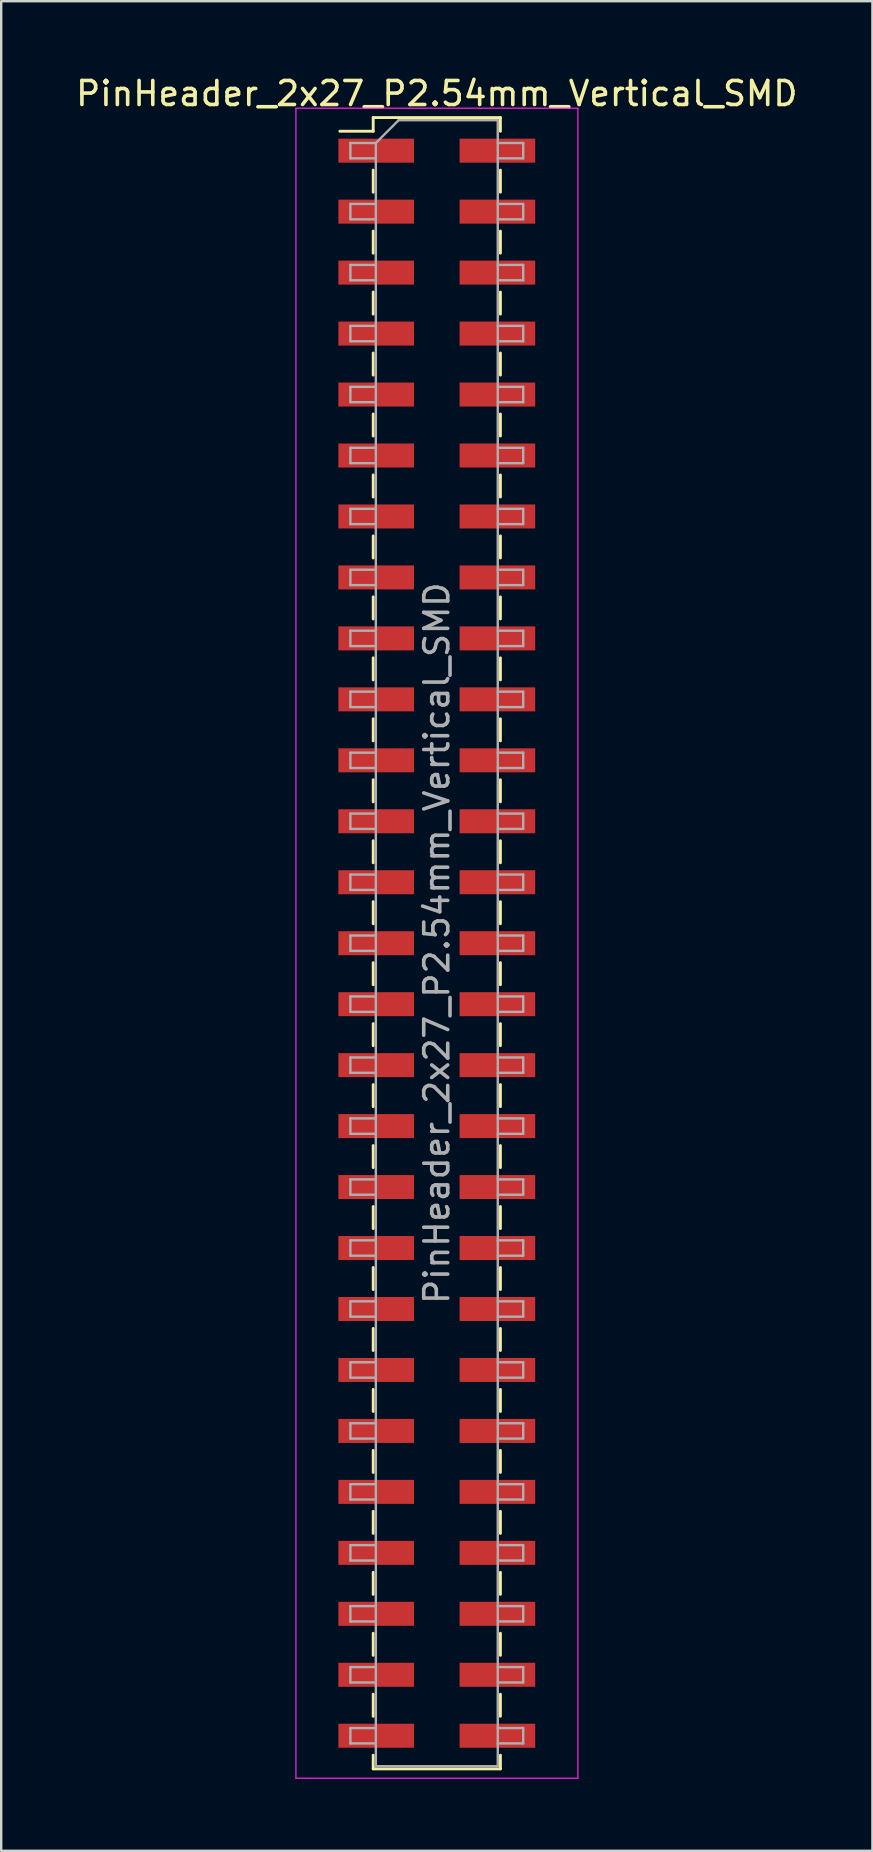
<source format=kicad_pcb>
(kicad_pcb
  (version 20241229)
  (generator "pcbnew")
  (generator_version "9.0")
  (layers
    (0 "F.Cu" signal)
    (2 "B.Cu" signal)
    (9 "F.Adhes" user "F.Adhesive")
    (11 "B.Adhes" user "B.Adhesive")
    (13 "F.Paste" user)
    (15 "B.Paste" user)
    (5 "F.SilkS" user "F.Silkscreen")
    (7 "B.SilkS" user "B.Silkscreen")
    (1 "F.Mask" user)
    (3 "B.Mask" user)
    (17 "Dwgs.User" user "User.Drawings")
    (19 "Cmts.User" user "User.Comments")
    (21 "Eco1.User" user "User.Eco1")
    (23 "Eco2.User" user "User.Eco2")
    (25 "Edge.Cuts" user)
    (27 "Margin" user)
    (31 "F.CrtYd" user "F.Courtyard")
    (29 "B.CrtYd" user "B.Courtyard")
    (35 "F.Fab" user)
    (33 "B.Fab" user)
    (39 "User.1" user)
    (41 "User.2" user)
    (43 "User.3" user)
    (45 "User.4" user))
  (footprint "PinHeader_2x27_P2.54mm_Vertical_SMD"
    (layer "F.Cu")
    (at 15.149 36.248)
    (property "Reference" "PinHeader_2x27_P2.54mm_Vertical_SMD" (at 0 -35.4 0) (layer "F.SilkS") (effects (font (size 1 1) (thickness 0.15))))
    (attr smd)
    (fp_line (start -4.04 -33.83) (end -2.65 -33.83) (stroke (width 0.12) (type solid)) (layer "F.SilkS"))
    (fp_line (start -2.65 -34.4) (end -2.65 -33.83) (stroke (width 0.12) (type solid)) (layer "F.SilkS"))
    (fp_line (start -2.65 -34.4) (end 2.65 -34.4) (stroke (width 0.12) (type solid)) (layer "F.SilkS"))
    (fp_line (start -2.65 -32.21) (end -2.65 -31.29) (stroke (width 0.12) (type solid)) (layer "F.SilkS"))
    (fp_line (start -2.65 -29.67) (end -2.65 -28.75) (stroke (width 0.12) (type solid)) (layer "F.SilkS"))
    (fp_line (start -2.65 -27.13) (end -2.65 -26.21) (stroke (width 0.12) (type solid)) (layer "F.SilkS"))
    (fp_line (start -2.65 -24.59) (end -2.65 -23.67) (stroke (width 0.12) (type solid)) (layer "F.SilkS"))
    (fp_line (start -2.65 -22.05) (end -2.65 -21.13) (stroke (width 0.12) (type solid)) (layer "F.SilkS"))
    (fp_line (start -2.65 -19.51) (end -2.65 -18.59) (stroke (width 0.12) (type solid)) (layer "F.SilkS"))
    (fp_line (start -2.65 -16.97) (end -2.65 -16.05) (stroke (width 0.12) (type solid)) (layer "F.SilkS"))
    (fp_line (start -2.65 -14.43) (end -2.65 -13.51) (stroke (width 0.12) (type solid)) (layer "F.SilkS"))
    (fp_line (start -2.65 -11.89) (end -2.65 -10.97) (stroke (width 0.12) (type solid)) (layer "F.SilkS"))
    (fp_line (start -2.65 -9.35) (end -2.65 -8.43) (stroke (width 0.12) (type solid)) (layer "F.SilkS"))
    (fp_line (start -2.65 -6.81) (end -2.65 -5.89) (stroke (width 0.12) (type solid)) (layer "F.SilkS"))
    (fp_line (start -2.65 -4.27) (end -2.65 -3.35) (stroke (width 0.12) (type solid)) (layer "F.SilkS"))
    (fp_line (start -2.65 -1.73) (end -2.65 -0.81) (stroke (width 0.12) (type solid)) (layer "F.SilkS"))
    (fp_line (start -2.65 0.81) (end -2.65 1.73) (stroke (width 0.12) (type solid)) (layer "F.SilkS"))
    (fp_line (start -2.65 3.35) (end -2.65 4.27) (stroke (width 0.12) (type solid)) (layer "F.SilkS"))
    (fp_line (start -2.65 5.89) (end -2.65 6.81) (stroke (width 0.12) (type solid)) (layer "F.SilkS"))
    (fp_line (start -2.65 8.43) (end -2.65 9.35) (stroke (width 0.12) (type solid)) (layer "F.SilkS"))
    (fp_line (start -2.65 10.97) (end -2.65 11.89) (stroke (width 0.12) (type solid)) (layer "F.SilkS"))
    (fp_line (start -2.65 13.51) (end -2.65 14.43) (stroke (width 0.12) (type solid)) (layer "F.SilkS"))
    (fp_line (start -2.65 16.05) (end -2.65 16.97) (stroke (width 0.12) (type solid)) (layer "F.SilkS"))
    (fp_line (start -2.65 18.59) (end -2.65 19.51) (stroke (width 0.12) (type solid)) (layer "F.SilkS"))
    (fp_line (start -2.65 21.13) (end -2.65 22.05) (stroke (width 0.12) (type solid)) (layer "F.SilkS"))
    (fp_line (start -2.65 23.67) (end -2.65 24.59) (stroke (width 0.12) (type solid)) (layer "F.SilkS"))
    (fp_line (start -2.65 26.21) (end -2.65 27.13) (stroke (width 0.12) (type solid)) (layer "F.SilkS"))
    (fp_line (start -2.65 28.75) (end -2.65 29.67) (stroke (width 0.12) (type solid)) (layer "F.SilkS"))
    (fp_line (start -2.65 31.29) (end -2.65 32.21) (stroke (width 0.12) (type solid)) (layer "F.SilkS"))
    (fp_line (start -2.65 33.83) (end -2.65 34.4) (stroke (width 0.12) (type solid)) (layer "F.SilkS"))
    (fp_line (start -2.65 34.4) (end 2.65 34.4) (stroke (width 0.12) (type solid)) (layer "F.SilkS"))
    (fp_line (start 2.65 -34.4) (end 2.65 -33.83) (stroke (width 0.12) (type solid)) (layer "F.SilkS"))
    (fp_line (start 2.65 -32.21) (end 2.65 -31.29) (stroke (width 0.12) (type solid)) (layer "F.SilkS"))
    (fp_line (start 2.65 -29.67) (end 2.65 -28.75) (stroke (width 0.12) (type solid)) (layer "F.SilkS"))
    (fp_line (start 2.65 -27.13) (end 2.65 -26.21) (stroke (width 0.12) (type solid)) (layer "F.SilkS"))
    (fp_line (start 2.65 -24.59) (end 2.65 -23.67) (stroke (width 0.12) (type solid)) (layer "F.SilkS"))
    (fp_line (start 2.65 -22.05) (end 2.65 -21.13) (stroke (width 0.12) (type solid)) (layer "F.SilkS"))
    (fp_line (start 2.65 -19.51) (end 2.65 -18.59) (stroke (width 0.12) (type solid)) (layer "F.SilkS"))
    (fp_line (start 2.65 -16.97) (end 2.65 -16.05) (stroke (width 0.12) (type solid)) (layer "F.SilkS"))
    (fp_line (start 2.65 -14.43) (end 2.65 -13.51) (stroke (width 0.12) (type solid)) (layer "F.SilkS"))
    (fp_line (start 2.65 -11.89) (end 2.65 -10.97) (stroke (width 0.12) (type solid)) (layer "F.SilkS"))
    (fp_line (start 2.65 -9.35) (end 2.65 -8.43) (stroke (width 0.12) (type solid)) (layer "F.SilkS"))
    (fp_line (start 2.65 -6.81) (end 2.65 -5.89) (stroke (width 0.12) (type solid)) (layer "F.SilkS"))
    (fp_line (start 2.65 -4.27) (end 2.65 -3.35) (stroke (width 0.12) (type solid)) (layer "F.SilkS"))
    (fp_line (start 2.65 -1.73) (end 2.65 -0.81) (stroke (width 0.12) (type solid)) (layer "F.SilkS"))
    (fp_line (start 2.65 0.81) (end 2.65 1.73) (stroke (width 0.12) (type solid)) (layer "F.SilkS"))
    (fp_line (start 2.65 3.35) (end 2.65 4.27) (stroke (width 0.12) (type solid)) (layer "F.SilkS"))
    (fp_line (start 2.65 5.89) (end 2.65 6.81) (stroke (width 0.12) (type solid)) (layer "F.SilkS"))
    (fp_line (start 2.65 8.43) (end 2.65 9.35) (stroke (width 0.12) (type solid)) (layer "F.SilkS"))
    (fp_line (start 2.65 10.97) (end 2.65 11.89) (stroke (width 0.12) (type solid)) (layer "F.SilkS"))
    (fp_line (start 2.65 13.51) (end 2.65 14.43) (stroke (width 0.12) (type solid)) (layer "F.SilkS"))
    (fp_line (start 2.65 16.05) (end 2.65 16.97) (stroke (width 0.12) (type solid)) (layer "F.SilkS"))
    (fp_line (start 2.65 18.59) (end 2.65 19.51) (stroke (width 0.12) (type solid)) (layer "F.SilkS"))
    (fp_line (start 2.65 21.13) (end 2.65 22.05) (stroke (width 0.12) (type solid)) (layer "F.SilkS"))
    (fp_line (start 2.65 23.67) (end 2.65 24.59) (stroke (width 0.12) (type solid)) (layer "F.SilkS"))
    (fp_line (start 2.65 26.21) (end 2.65 27.13) (stroke (width 0.12) (type solid)) (layer "F.SilkS"))
    (fp_line (start 2.65 28.75) (end 2.65 29.67) (stroke (width 0.12) (type solid)) (layer "F.SilkS"))
    (fp_line (start 2.65 31.29) (end 2.65 32.21) (stroke (width 0.12) (type solid)) (layer "F.SilkS"))
    (fp_line (start 2.65 33.83) (end 2.65 34.4) (stroke (width 0.12) (type solid)) (layer "F.SilkS"))
    (fp_line (start -5.87 -34.79) (end -5.87 34.79) (stroke (width 0.05) (type solid)) (layer "F.CrtYd"))
    (fp_line (start -5.87 34.79) (end 5.88 34.79) (stroke (width 0.05) (type solid)) (layer "F.CrtYd"))
    (fp_line (start 5.88 -34.79) (end -5.87 -34.79) (stroke (width 0.05) (type solid)) (layer "F.CrtYd"))
    (fp_line (start 5.88 34.79) (end 5.88 -34.79) (stroke (width 0.05) (type solid)) (layer "F.CrtYd"))
    (fp_line (start -3.6 -33.34) (end -3.6 -32.7) (stroke (width 0.1) (type solid)) (layer "F.Fab"))
    (fp_line (start -3.6 -32.7) (end -2.54 -32.7) (stroke (width 0.1) (type solid)) (layer "F.Fab"))
    (fp_line (start -3.6 -30.8) (end -3.6 -30.16) (stroke (width 0.1) (type solid)) (layer "F.Fab"))
    (fp_line (start -3.6 -30.16) (end -2.54 -30.16) (stroke (width 0.1) (type solid)) (layer "F.Fab"))
    (fp_line (start -3.6 -28.26) (end -3.6 -27.62) (stroke (width 0.1) (type solid)) (layer "F.Fab"))
    (fp_line (start -3.6 -27.62) (end -2.54 -27.62) (stroke (width 0.1) (type solid)) (layer "F.Fab"))
    (fp_line (start -3.6 -25.72) (end -3.6 -25.08) (stroke (width 0.1) (type solid)) (layer "F.Fab"))
    (fp_line (start -3.6 -25.08) (end -2.54 -25.08) (stroke (width 0.1) (type solid)) (layer "F.Fab"))
    (fp_line (start -3.6 -23.18) (end -3.6 -22.54) (stroke (width 0.1) (type solid)) (layer "F.Fab"))
    (fp_line (start -3.6 -22.54) (end -2.54 -22.54) (stroke (width 0.1) (type solid)) (layer "F.Fab"))
    (fp_line (start -3.6 -20.64) (end -3.6 -20) (stroke (width 0.1) (type solid)) (layer "F.Fab"))
    (fp_line (start -3.6 -20) (end -2.54 -20) (stroke (width 0.1) (type solid)) (layer "F.Fab"))
    (fp_line (start -3.6 -18.1) (end -3.6 -17.46) (stroke (width 0.1) (type solid)) (layer "F.Fab"))
    (fp_line (start -3.6 -17.46) (end -2.54 -17.46) (stroke (width 0.1) (type solid)) (layer "F.Fab"))
    (fp_line (start -3.6 -15.56) (end -3.6 -14.92) (stroke (width 0.1) (type solid)) (layer "F.Fab"))
    (fp_line (start -3.6 -14.92) (end -2.54 -14.92) (stroke (width 0.1) (type solid)) (layer "F.Fab"))
    (fp_line (start -3.6 -13.02) (end -3.6 -12.38) (stroke (width 0.1) (type solid)) (layer "F.Fab"))
    (fp_line (start -3.6 -12.38) (end -2.54 -12.38) (stroke (width 0.1) (type solid)) (layer "F.Fab"))
    (fp_line (start -3.6 -10.48) (end -3.6 -9.84) (stroke (width 0.1) (type solid)) (layer "F.Fab"))
    (fp_line (start -3.6 -9.84) (end -2.54 -9.84) (stroke (width 0.1) (type solid)) (layer "F.Fab"))
    (fp_line (start -3.6 -7.94) (end -3.6 -7.3) (stroke (width 0.1) (type solid)) (layer "F.Fab"))
    (fp_line (start -3.6 -7.3) (end -2.54 -7.3) (stroke (width 0.1) (type solid)) (layer "F.Fab"))
    (fp_line (start -3.6 -5.4) (end -3.6 -4.76) (stroke (width 0.1) (type solid)) (layer "F.Fab"))
    (fp_line (start -3.6 -4.76) (end -2.54 -4.76) (stroke (width 0.1) (type solid)) (layer "F.Fab"))
    (fp_line (start -3.6 -2.86) (end -3.6 -2.22) (stroke (width 0.1) (type solid)) (layer "F.Fab"))
    (fp_line (start -3.6 -2.22) (end -2.54 -2.22) (stroke (width 0.1) (type solid)) (layer "F.Fab"))
    (fp_line (start -3.6 -0.32) (end -3.6 0.32) (stroke (width 0.1) (type solid)) (layer "F.Fab"))
    (fp_line (start -3.6 0.32) (end -2.54 0.32) (stroke (width 0.1) (type solid)) (layer "F.Fab"))
    (fp_line (start -3.6 2.22) (end -3.6 2.86) (stroke (width 0.1) (type solid)) (layer "F.Fab"))
    (fp_line (start -3.6 2.86) (end -2.54 2.86) (stroke (width 0.1) (type solid)) (layer "F.Fab"))
    (fp_line (start -3.6 4.76) (end -3.6 5.4) (stroke (width 0.1) (type solid)) (layer "F.Fab"))
    (fp_line (start -3.6 5.4) (end -2.54 5.4) (stroke (width 0.1) (type solid)) (layer "F.Fab"))
    (fp_line (start -3.6 7.3) (end -3.6 7.94) (stroke (width 0.1) (type solid)) (layer "F.Fab"))
    (fp_line (start -3.6 7.94) (end -2.54 7.94) (stroke (width 0.1) (type solid)) (layer "F.Fab"))
    (fp_line (start -3.6 9.84) (end -3.6 10.48) (stroke (width 0.1) (type solid)) (layer "F.Fab"))
    (fp_line (start -3.6 10.48) (end -2.54 10.48) (stroke (width 0.1) (type solid)) (layer "F.Fab"))
    (fp_line (start -3.6 12.38) (end -3.6 13.02) (stroke (width 0.1) (type solid)) (layer "F.Fab"))
    (fp_line (start -3.6 13.02) (end -2.54 13.02) (stroke (width 0.1) (type solid)) (layer "F.Fab"))
    (fp_line (start -3.6 14.92) (end -3.6 15.56) (stroke (width 0.1) (type solid)) (layer "F.Fab"))
    (fp_line (start -3.6 15.56) (end -2.54 15.56) (stroke (width 0.1) (type solid)) (layer "F.Fab"))
    (fp_line (start -3.6 17.46) (end -3.6 18.1) (stroke (width 0.1) (type solid)) (layer "F.Fab"))
    (fp_line (start -3.6 18.1) (end -2.54 18.1) (stroke (width 0.1) (type solid)) (layer "F.Fab"))
    (fp_line (start -3.6 20) (end -3.6 20.64) (stroke (width 0.1) (type solid)) (layer "F.Fab"))
    (fp_line (start -3.6 20.64) (end -2.54 20.64) (stroke (width 0.1) (type solid)) (layer "F.Fab"))
    (fp_line (start -3.6 22.54) (end -3.6 23.18) (stroke (width 0.1) (type solid)) (layer "F.Fab"))
    (fp_line (start -3.6 23.18) (end -2.54 23.18) (stroke (width 0.1) (type solid)) (layer "F.Fab"))
    (fp_line (start -3.6 25.08) (end -3.6 25.72) (stroke (width 0.1) (type solid)) (layer "F.Fab"))
    (fp_line (start -3.6 25.72) (end -2.54 25.72) (stroke (width 0.1) (type solid)) (layer "F.Fab"))
    (fp_line (start -3.6 27.62) (end -3.6 28.26) (stroke (width 0.1) (type solid)) (layer "F.Fab"))
    (fp_line (start -3.6 28.26) (end -2.54 28.26) (stroke (width 0.1) (type solid)) (layer "F.Fab"))
    (fp_line (start -3.6 30.16) (end -3.6 30.8) (stroke (width 0.1) (type solid)) (layer "F.Fab"))
    (fp_line (start -3.6 30.8) (end -2.54 30.8) (stroke (width 0.1) (type solid)) (layer "F.Fab"))
    (fp_line (start -3.6 32.7) (end -3.6 33.34) (stroke (width 0.1) (type solid)) (layer "F.Fab"))
    (fp_line (start -3.6 33.34) (end -2.54 33.34) (stroke (width 0.1) (type solid)) (layer "F.Fab"))
    (fp_line (start -2.54 -33.34) (end -3.6 -33.34) (stroke (width 0.1) (type solid)) (layer "F.Fab"))
    (fp_line (start -2.54 -33.34) (end -1.59 -34.29) (stroke (width 0.1) (type solid)) (layer "F.Fab"))
    (fp_line (start -2.54 -30.8) (end -3.6 -30.8) (stroke (width 0.1) (type solid)) (layer "F.Fab"))
    (fp_line (start -2.54 -28.26) (end -3.6 -28.26) (stroke (width 0.1) (type solid)) (layer "F.Fab"))
    (fp_line (start -2.54 -25.72) (end -3.6 -25.72) (stroke (width 0.1) (type solid)) (layer "F.Fab"))
    (fp_line (start -2.54 -23.18) (end -3.6 -23.18) (stroke (width 0.1) (type solid)) (layer "F.Fab"))
    (fp_line (start -2.54 -20.64) (end -3.6 -20.64) (stroke (width 0.1) (type solid)) (layer "F.Fab"))
    (fp_line (start -2.54 -18.1) (end -3.6 -18.1) (stroke (width 0.1) (type solid)) (layer "F.Fab"))
    (fp_line (start -2.54 -15.56) (end -3.6 -15.56) (stroke (width 0.1) (type solid)) (layer "F.Fab"))
    (fp_line (start -2.54 -13.02) (end -3.6 -13.02) (stroke (width 0.1) (type solid)) (layer "F.Fab"))
    (fp_line (start -2.54 -10.48) (end -3.6 -10.48) (stroke (width 0.1) (type solid)) (layer "F.Fab"))
    (fp_line (start -2.54 -7.94) (end -3.6 -7.94) (stroke (width 0.1) (type solid)) (layer "F.Fab"))
    (fp_line (start -2.54 -5.4) (end -3.6 -5.4) (stroke (width 0.1) (type solid)) (layer "F.Fab"))
    (fp_line (start -2.54 -2.86) (end -3.6 -2.86) (stroke (width 0.1) (type solid)) (layer "F.Fab"))
    (fp_line (start -2.54 -0.32) (end -3.6 -0.32) (stroke (width 0.1) (type solid)) (layer "F.Fab"))
    (fp_line (start -2.54 2.22) (end -3.6 2.22) (stroke (width 0.1) (type solid)) (layer "F.Fab"))
    (fp_line (start -2.54 4.76) (end -3.6 4.76) (stroke (width 0.1) (type solid)) (layer "F.Fab"))
    (fp_line (start -2.54 7.3) (end -3.6 7.3) (stroke (width 0.1) (type solid)) (layer "F.Fab"))
    (fp_line (start -2.54 9.84) (end -3.6 9.84) (stroke (width 0.1) (type solid)) (layer "F.Fab"))
    (fp_line (start -2.54 12.38) (end -3.6 12.38) (stroke (width 0.1) (type solid)) (layer "F.Fab"))
    (fp_line (start -2.54 14.92) (end -3.6 14.92) (stroke (width 0.1) (type solid)) (layer "F.Fab"))
    (fp_line (start -2.54 17.46) (end -3.6 17.46) (stroke (width 0.1) (type solid)) (layer "F.Fab"))
    (fp_line (start -2.54 20) (end -3.6 20) (stroke (width 0.1) (type solid)) (layer "F.Fab"))
    (fp_line (start -2.54 22.54) (end -3.6 22.54) (stroke (width 0.1) (type solid)) (layer "F.Fab"))
    (fp_line (start -2.54 25.08) (end -3.6 25.08) (stroke (width 0.1) (type solid)) (layer "F.Fab"))
    (fp_line (start -2.54 27.62) (end -3.6 27.62) (stroke (width 0.1) (type solid)) (layer "F.Fab"))
    (fp_line (start -2.54 30.16) (end -3.6 30.16) (stroke (width 0.1) (type solid)) (layer "F.Fab"))
    (fp_line (start -2.54 32.7) (end -3.6 32.7) (stroke (width 0.1) (type solid)) (layer "F.Fab"))
    (fp_line (start -2.54 34.29) (end -2.54 -33.34) (stroke (width 0.1) (type solid)) (layer "F.Fab"))
    (fp_line (start -1.59 -34.29) (end 2.54 -34.29) (stroke (width 0.1) (type solid)) (layer "F.Fab"))
    (fp_line (start 2.54 -34.29) (end 2.54 34.29) (stroke (width 0.1) (type solid)) (layer "F.Fab"))
    (fp_line (start 2.54 -33.34) (end 3.6 -33.34) (stroke (width 0.1) (type solid)) (layer "F.Fab"))
    (fp_line (start 2.54 -30.8) (end 3.6 -30.8) (stroke (width 0.1) (type solid)) (layer "F.Fab"))
    (fp_line (start 2.54 -28.26) (end 3.6 -28.26) (stroke (width 0.1) (type solid)) (layer "F.Fab"))
    (fp_line (start 2.54 -25.72) (end 3.6 -25.72) (stroke (width 0.1) (type solid)) (layer "F.Fab"))
    (fp_line (start 2.54 -23.18) (end 3.6 -23.18) (stroke (width 0.1) (type solid)) (layer "F.Fab"))
    (fp_line (start 2.54 -20.64) (end 3.6 -20.64) (stroke (width 0.1) (type solid)) (layer "F.Fab"))
    (fp_line (start 2.54 -18.1) (end 3.6 -18.1) (stroke (width 0.1) (type solid)) (layer "F.Fab"))
    (fp_line (start 2.54 -15.56) (end 3.6 -15.56) (stroke (width 0.1) (type solid)) (layer "F.Fab"))
    (fp_line (start 2.54 -13.02) (end 3.6 -13.02) (stroke (width 0.1) (type solid)) (layer "F.Fab"))
    (fp_line (start 2.54 -10.48) (end 3.6 -10.48) (stroke (width 0.1) (type solid)) (layer "F.Fab"))
    (fp_line (start 2.54 -7.94) (end 3.6 -7.94) (stroke (width 0.1) (type solid)) (layer "F.Fab"))
    (fp_line (start 2.54 -5.4) (end 3.6 -5.4) (stroke (width 0.1) (type solid)) (layer "F.Fab"))
    (fp_line (start 2.54 -2.86) (end 3.6 -2.86) (stroke (width 0.1) (type solid)) (layer "F.Fab"))
    (fp_line (start 2.54 -0.32) (end 3.6 -0.32) (stroke (width 0.1) (type solid)) (layer "F.Fab"))
    (fp_line (start 2.54 2.22) (end 3.6 2.22) (stroke (width 0.1) (type solid)) (layer "F.Fab"))
    (fp_line (start 2.54 4.76) (end 3.6 4.76) (stroke (width 0.1) (type solid)) (layer "F.Fab"))
    (fp_line (start 2.54 7.3) (end 3.6 7.3) (stroke (width 0.1) (type solid)) (layer "F.Fab"))
    (fp_line (start 2.54 9.84) (end 3.6 9.84) (stroke (width 0.1) (type solid)) (layer "F.Fab"))
    (fp_line (start 2.54 12.38) (end 3.6 12.38) (stroke (width 0.1) (type solid)) (layer "F.Fab"))
    (fp_line (start 2.54 14.92) (end 3.6 14.92) (stroke (width 0.1) (type solid)) (layer "F.Fab"))
    (fp_line (start 2.54 17.46) (end 3.6 17.46) (stroke (width 0.1) (type solid)) (layer "F.Fab"))
    (fp_line (start 2.54 20) (end 3.6 20) (stroke (width 0.1) (type solid)) (layer "F.Fab"))
    (fp_line (start 2.54 22.54) (end 3.6 22.54) (stroke (width 0.1) (type solid)) (layer "F.Fab"))
    (fp_line (start 2.54 25.08) (end 3.6 25.08) (stroke (width 0.1) (type solid)) (layer "F.Fab"))
    (fp_line (start 2.54 27.62) (end 3.6 27.62) (stroke (width 0.1) (type solid)) (layer "F.Fab"))
    (fp_line (start 2.54 30.16) (end 3.6 30.16) (stroke (width 0.1) (type solid)) (layer "F.Fab"))
    (fp_line (start 2.54 32.7) (end 3.6 32.7) (stroke (width 0.1) (type solid)) (layer "F.Fab"))
    (fp_line (start 2.54 34.29) (end -2.54 34.29) (stroke (width 0.1) (type solid)) (layer "F.Fab"))
    (fp_line (start 3.6 -33.34) (end 3.6 -32.7) (stroke (width 0.1) (type solid)) (layer "F.Fab"))
    (fp_line (start 3.6 -32.7) (end 2.54 -32.7) (stroke (width 0.1) (type solid)) (layer "F.Fab"))
    (fp_line (start 3.6 -30.8) (end 3.6 -30.16) (stroke (width 0.1) (type solid)) (layer "F.Fab"))
    (fp_line (start 3.6 -30.16) (end 2.54 -30.16) (stroke (width 0.1) (type solid)) (layer "F.Fab"))
    (fp_line (start 3.6 -28.26) (end 3.6 -27.62) (stroke (width 0.1) (type solid)) (layer "F.Fab"))
    (fp_line (start 3.6 -27.62) (end 2.54 -27.62) (stroke (width 0.1) (type solid)) (layer "F.Fab"))
    (fp_line (start 3.6 -25.72) (end 3.6 -25.08) (stroke (width 0.1) (type solid)) (layer "F.Fab"))
    (fp_line (start 3.6 -25.08) (end 2.54 -25.08) (stroke (width 0.1) (type solid)) (layer "F.Fab"))
    (fp_line (start 3.6 -23.18) (end 3.6 -22.54) (stroke (width 0.1) (type solid)) (layer "F.Fab"))
    (fp_line (start 3.6 -22.54) (end 2.54 -22.54) (stroke (width 0.1) (type solid)) (layer "F.Fab"))
    (fp_line (start 3.6 -20.64) (end 3.6 -20) (stroke (width 0.1) (type solid)) (layer "F.Fab"))
    (fp_line (start 3.6 -20) (end 2.54 -20) (stroke (width 0.1) (type solid)) (layer "F.Fab"))
    (fp_line (start 3.6 -18.1) (end 3.6 -17.46) (stroke (width 0.1) (type solid)) (layer "F.Fab"))
    (fp_line (start 3.6 -17.46) (end 2.54 -17.46) (stroke (width 0.1) (type solid)) (layer "F.Fab"))
    (fp_line (start 3.6 -15.56) (end 3.6 -14.92) (stroke (width 0.1) (type solid)) (layer "F.Fab"))
    (fp_line (start 3.6 -14.92) (end 2.54 -14.92) (stroke (width 0.1) (type solid)) (layer "F.Fab"))
    (fp_line (start 3.6 -13.02) (end 3.6 -12.38) (stroke (width 0.1) (type solid)) (layer "F.Fab"))
    (fp_line (start 3.6 -12.38) (end 2.54 -12.38) (stroke (width 0.1) (type solid)) (layer "F.Fab"))
    (fp_line (start 3.6 -10.48) (end 3.6 -9.84) (stroke (width 0.1) (type solid)) (layer "F.Fab"))
    (fp_line (start 3.6 -9.84) (end 2.54 -9.84) (stroke (width 0.1) (type solid)) (layer "F.Fab"))
    (fp_line (start 3.6 -7.94) (end 3.6 -7.3) (stroke (width 0.1) (type solid)) (layer "F.Fab"))
    (fp_line (start 3.6 -7.3) (end 2.54 -7.3) (stroke (width 0.1) (type solid)) (layer "F.Fab"))
    (fp_line (start 3.6 -5.4) (end 3.6 -4.76) (stroke (width 0.1) (type solid)) (layer "F.Fab"))
    (fp_line (start 3.6 -4.76) (end 2.54 -4.76) (stroke (width 0.1) (type solid)) (layer "F.Fab"))
    (fp_line (start 3.6 -2.86) (end 3.6 -2.22) (stroke (width 0.1) (type solid)) (layer "F.Fab"))
    (fp_line (start 3.6 -2.22) (end 2.54 -2.22) (stroke (width 0.1) (type solid)) (layer "F.Fab"))
    (fp_line (start 3.6 -0.32) (end 3.6 0.32) (stroke (width 0.1) (type solid)) (layer "F.Fab"))
    (fp_line (start 3.6 0.32) (end 2.54 0.32) (stroke (width 0.1) (type solid)) (layer "F.Fab"))
    (fp_line (start 3.6 2.22) (end 3.6 2.86) (stroke (width 0.1) (type solid)) (layer "F.Fab"))
    (fp_line (start 3.6 2.86) (end 2.54 2.86) (stroke (width 0.1) (type solid)) (layer "F.Fab"))
    (fp_line (start 3.6 4.76) (end 3.6 5.4) (stroke (width 0.1) (type solid)) (layer "F.Fab"))
    (fp_line (start 3.6 5.4) (end 2.54 5.4) (stroke (width 0.1) (type solid)) (layer "F.Fab"))
    (fp_line (start 3.6 7.3) (end 3.6 7.94) (stroke (width 0.1) (type solid)) (layer "F.Fab"))
    (fp_line (start 3.6 7.94) (end 2.54 7.94) (stroke (width 0.1) (type solid)) (layer "F.Fab"))
    (fp_line (start 3.6 9.84) (end 3.6 10.48) (stroke (width 0.1) (type solid)) (layer "F.Fab"))
    (fp_line (start 3.6 10.48) (end 2.54 10.48) (stroke (width 0.1) (type solid)) (layer "F.Fab"))
    (fp_line (start 3.6 12.38) (end 3.6 13.02) (stroke (width 0.1) (type solid)) (layer "F.Fab"))
    (fp_line (start 3.6 13.02) (end 2.54 13.02) (stroke (width 0.1) (type solid)) (layer "F.Fab"))
    (fp_line (start 3.6 14.92) (end 3.6 15.56) (stroke (width 0.1) (type solid)) (layer "F.Fab"))
    (fp_line (start 3.6 15.56) (end 2.54 15.56) (stroke (width 0.1) (type solid)) (layer "F.Fab"))
    (fp_line (start 3.6 17.46) (end 3.6 18.1) (stroke (width 0.1) (type solid)) (layer "F.Fab"))
    (fp_line (start 3.6 18.1) (end 2.54 18.1) (stroke (width 0.1) (type solid)) (layer "F.Fab"))
    (fp_line (start 3.6 20) (end 3.6 20.64) (stroke (width 0.1) (type solid)) (layer "F.Fab"))
    (fp_line (start 3.6 20.64) (end 2.54 20.64) (stroke (width 0.1) (type solid)) (layer "F.Fab"))
    (fp_line (start 3.6 22.54) (end 3.6 23.18) (stroke (width 0.1) (type solid)) (layer "F.Fab"))
    (fp_line (start 3.6 23.18) (end 2.54 23.18) (stroke (width 0.1) (type solid)) (layer "F.Fab"))
    (fp_line (start 3.6 25.08) (end 3.6 25.72) (stroke (width 0.1) (type solid)) (layer "F.Fab"))
    (fp_line (start 3.6 25.72) (end 2.54 25.72) (stroke (width 0.1) (type solid)) (layer "F.Fab"))
    (fp_line (start 3.6 27.62) (end 3.6 28.26) (stroke (width 0.1) (type solid)) (layer "F.Fab"))
    (fp_line (start 3.6 28.26) (end 2.54 28.26) (stroke (width 0.1) (type solid)) (layer "F.Fab"))
    (fp_line (start 3.6 30.16) (end 3.6 30.8) (stroke (width 0.1) (type solid)) (layer "F.Fab"))
    (fp_line (start 3.6 30.8) (end 2.54 30.8) (stroke (width 0.1) (type solid)) (layer "F.Fab"))
    (fp_line (start 3.6 32.7) (end 3.6 33.34) (stroke (width 0.1) (type solid)) (layer "F.Fab"))
    (fp_line (start 3.6 33.34) (end 2.54 33.34) (stroke (width 0.1) (type solid)) (layer "F.Fab"))
    (fp_text user "${REFERENCE}" (at 0 0 90) (layer "F.Fab") (effects (font (size 1 1) (thickness 0.15))))
    (pad "1" smd rect (at -2.525 -33.02) (size 3.15 1) (layers "F.Cu" "F.Mask" "F.Paste"))
    (pad "2" smd rect (at 2.525 -33.02) (size 3.15 1) (layers "F.Cu" "F.Mask" "F.Paste"))
    (pad "3" smd rect (at -2.525 -30.48) (size 3.15 1) (layers "F.Cu" "F.Mask" "F.Paste"))
    (pad "4" smd rect (at 2.525 -30.48) (size 3.15 1) (layers "F.Cu" "F.Mask" "F.Paste"))
    (pad "5" smd rect (at -2.525 -27.94) (size 3.15 1) (layers "F.Cu" "F.Mask" "F.Paste"))
    (pad "6" smd rect (at 2.525 -27.94) (size 3.15 1) (layers "F.Cu" "F.Mask" "F.Paste"))
    (pad "7" smd rect (at -2.525 -25.4) (size 3.15 1) (layers "F.Cu" "F.Mask" "F.Paste"))
    (pad "8" smd rect (at 2.525 -25.4) (size 3.15 1) (layers "F.Cu" "F.Mask" "F.Paste"))
    (pad "9" smd rect (at -2.525 -22.86) (size 3.15 1) (layers "F.Cu" "F.Mask" "F.Paste"))
    (pad "10" smd rect (at 2.525 -22.86) (size 3.15 1) (layers "F.Cu" "F.Mask" "F.Paste"))
    (pad "11" smd rect (at -2.525 -20.32) (size 3.15 1) (layers "F.Cu" "F.Mask" "F.Paste"))
    (pad "12" smd rect (at 2.525 -20.32) (size 3.15 1) (layers "F.Cu" "F.Mask" "F.Paste"))
    (pad "13" smd rect (at -2.525 -17.78) (size 3.15 1) (layers "F.Cu" "F.Mask" "F.Paste"))
    (pad "14" smd rect (at 2.525 -17.78) (size 3.15 1) (layers "F.Cu" "F.Mask" "F.Paste"))
    (pad "15" smd rect (at -2.525 -15.24) (size 3.15 1) (layers "F.Cu" "F.Mask" "F.Paste"))
    (pad "16" smd rect (at 2.525 -15.24) (size 3.15 1) (layers "F.Cu" "F.Mask" "F.Paste"))
    (pad "17" smd rect (at -2.525 -12.7) (size 3.15 1) (layers "F.Cu" "F.Mask" "F.Paste"))
    (pad "18" smd rect (at 2.525 -12.7) (size 3.15 1) (layers "F.Cu" "F.Mask" "F.Paste"))
    (pad "19" smd rect (at -2.525 -10.16) (size 3.15 1) (layers "F.Cu" "F.Mask" "F.Paste"))
    (pad "20" smd rect (at 2.525 -10.16) (size 3.15 1) (layers "F.Cu" "F.Mask" "F.Paste"))
    (pad "21" smd rect (at -2.525 -7.62) (size 3.15 1) (layers "F.Cu" "F.Mask" "F.Paste"))
    (pad "22" smd rect (at 2.525 -7.62) (size 3.15 1) (layers "F.Cu" "F.Mask" "F.Paste"))
    (pad "23" smd rect (at -2.525 -5.08) (size 3.15 1) (layers "F.Cu" "F.Mask" "F.Paste"))
    (pad "24" smd rect (at 2.525 -5.08) (size 3.15 1) (layers "F.Cu" "F.Mask" "F.Paste"))
    (pad "25" smd rect (at -2.525 -2.54) (size 3.15 1) (layers "F.Cu" "F.Mask" "F.Paste"))
    (pad "26" smd rect (at 2.525 -2.54) (size 3.15 1) (layers "F.Cu" "F.Mask" "F.Paste"))
    (pad "27" smd rect (at -2.525 0) (size 3.15 1) (layers "F.Cu" "F.Mask" "F.Paste"))
    (pad "28" smd rect (at 2.525 0) (size 3.15 1) (layers "F.Cu" "F.Mask" "F.Paste"))
    (pad "29" smd rect (at -2.525 2.54) (size 3.15 1) (layers "F.Cu" "F.Mask" "F.Paste"))
    (pad "30" smd rect (at 2.525 2.54) (size 3.15 1) (layers "F.Cu" "F.Mask" "F.Paste"))
    (pad "31" smd rect (at -2.525 5.08) (size 3.15 1) (layers "F.Cu" "F.Mask" "F.Paste"))
    (pad "32" smd rect (at 2.525 5.08) (size 3.15 1) (layers "F.Cu" "F.Mask" "F.Paste"))
    (pad "33" smd rect (at -2.525 7.62) (size 3.15 1) (layers "F.Cu" "F.Mask" "F.Paste"))
    (pad "34" smd rect (at 2.525 7.62) (size 3.15 1) (layers "F.Cu" "F.Mask" "F.Paste"))
    (pad "35" smd rect (at -2.525 10.16) (size 3.15 1) (layers "F.Cu" "F.Mask" "F.Paste"))
    (pad "36" smd rect (at 2.525 10.16) (size 3.15 1) (layers "F.Cu" "F.Mask" "F.Paste"))
    (pad "37" smd rect (at -2.525 12.7) (size 3.15 1) (layers "F.Cu" "F.Mask" "F.Paste"))
    (pad "38" smd rect (at 2.525 12.7) (size 3.15 1) (layers "F.Cu" "F.Mask" "F.Paste"))
    (pad "39" smd rect (at -2.525 15.24) (size 3.15 1) (layers "F.Cu" "F.Mask" "F.Paste"))
    (pad "40" smd rect (at 2.525 15.24) (size 3.15 1) (layers "F.Cu" "F.Mask" "F.Paste"))
    (pad "41" smd rect (at -2.525 17.78) (size 3.15 1) (layers "F.Cu" "F.Mask" "F.Paste"))
    (pad "42" smd rect (at 2.525 17.78) (size 3.15 1) (layers "F.Cu" "F.Mask" "F.Paste"))
    (pad "43" smd rect (at -2.525 20.32) (size 3.15 1) (layers "F.Cu" "F.Mask" "F.Paste"))
    (pad "44" smd rect (at 2.525 20.32) (size 3.15 1) (layers "F.Cu" "F.Mask" "F.Paste"))
    (pad "45" smd rect (at -2.525 22.86) (size 3.15 1) (layers "F.Cu" "F.Mask" "F.Paste"))
    (pad "46" smd rect (at 2.525 22.86) (size 3.15 1) (layers "F.Cu" "F.Mask" "F.Paste"))
    (pad "47" smd rect (at -2.525 25.4) (size 3.15 1) (layers "F.Cu" "F.Mask" "F.Paste"))
    (pad "48" smd rect (at 2.525 25.4) (size 3.15 1) (layers "F.Cu" "F.Mask" "F.Paste"))
    (pad "49" smd rect (at -2.525 27.94) (size 3.15 1) (layers "F.Cu" "F.Mask" "F.Paste"))
    (pad "50" smd rect (at 2.525 27.94) (size 3.15 1) (layers "F.Cu" "F.Mask" "F.Paste"))
    (pad "51" smd rect (at -2.525 30.48) (size 3.15 1) (layers "F.Cu" "F.Mask" "F.Paste"))
    (pad "52" smd rect (at 2.525 30.48) (size 3.15 1) (layers "F.Cu" "F.Mask" "F.Paste"))
    (pad "53" smd rect (at -2.525 33.02) (size 3.15 1) (layers "F.Cu" "F.Mask" "F.Paste"))
    (pad "54" smd rect (at 2.525 33.02) (size 3.15 1) (layers "F.Cu" "F.Mask" "F.Paste")))
  (gr_rect
    (start -3 -3)
    (end 33.298 74.063)
    (stroke (width 0.1) (type default))
    (fill no)
    (layer "Edge.Cuts")))
</source>
